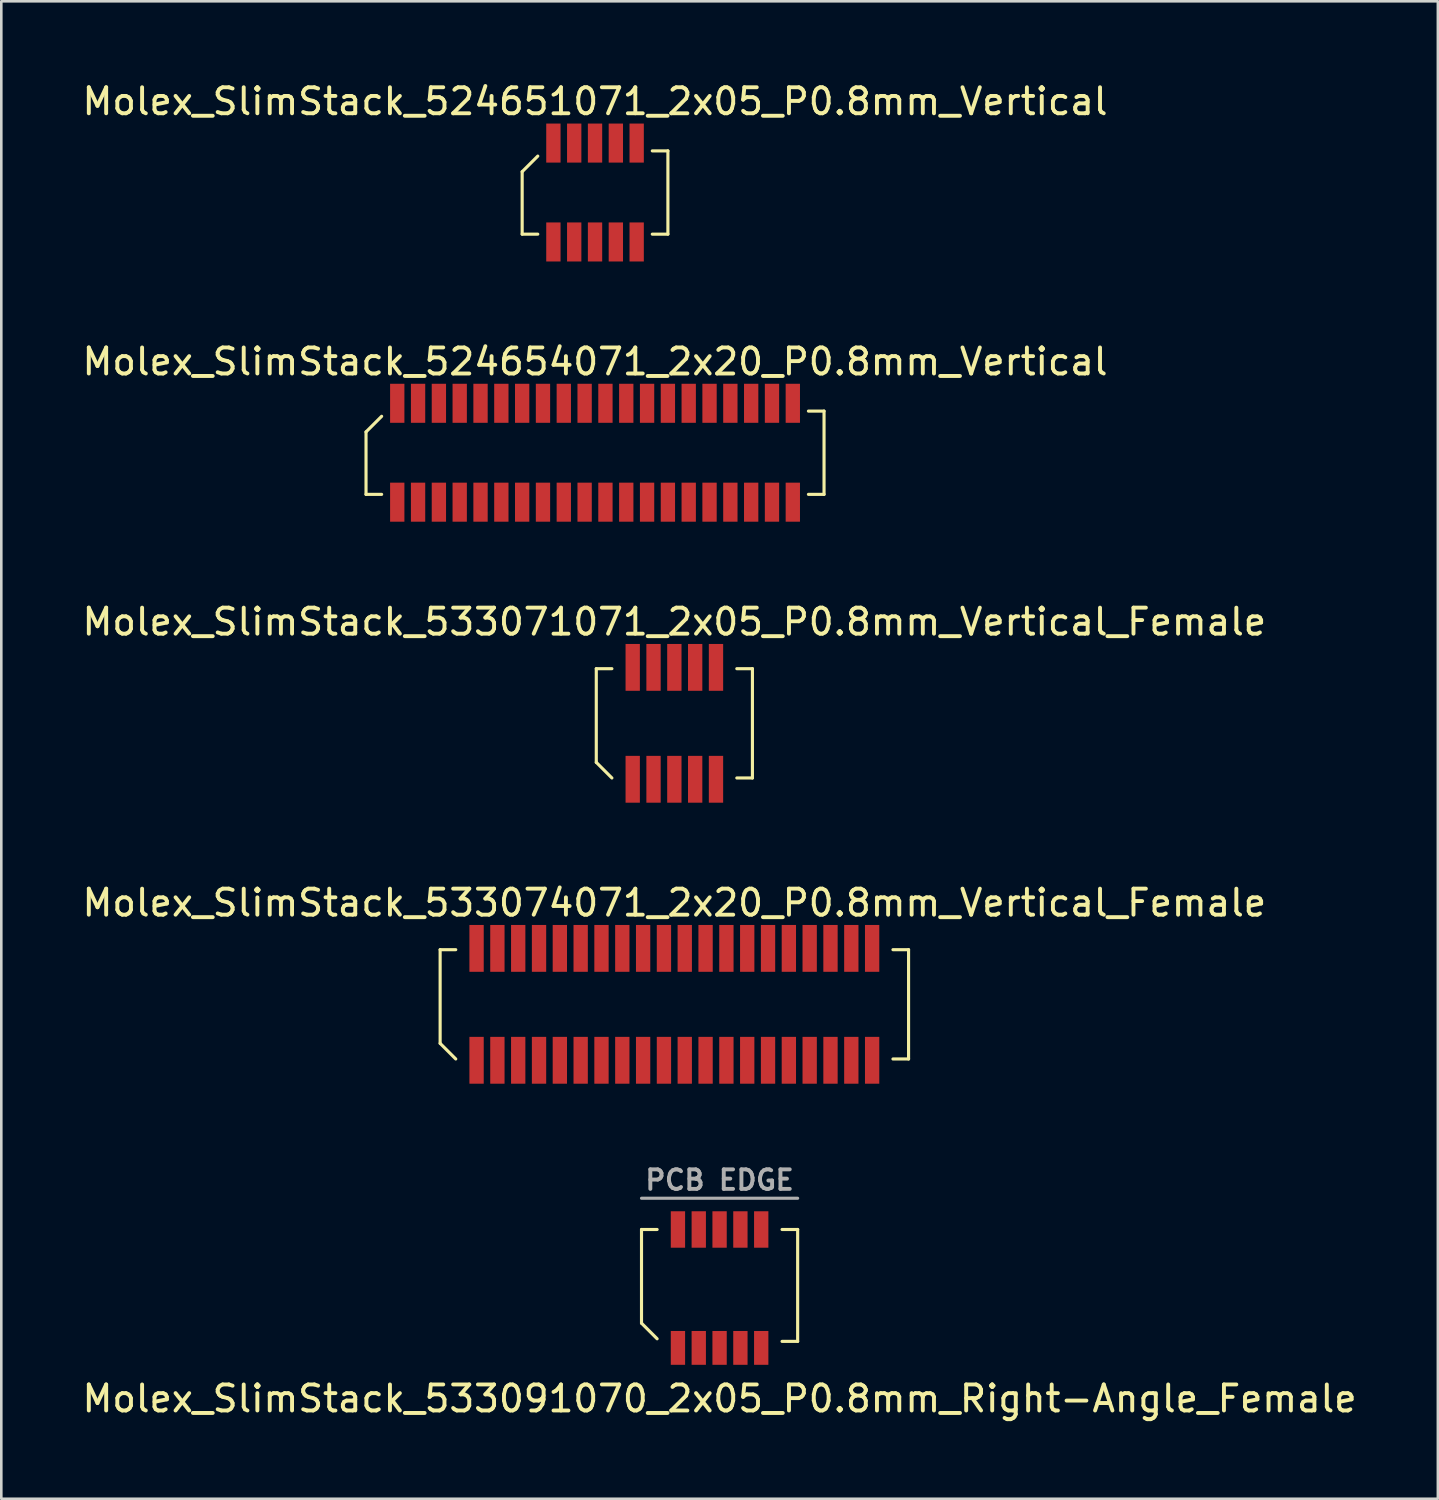
<source format=kicad_pcb>
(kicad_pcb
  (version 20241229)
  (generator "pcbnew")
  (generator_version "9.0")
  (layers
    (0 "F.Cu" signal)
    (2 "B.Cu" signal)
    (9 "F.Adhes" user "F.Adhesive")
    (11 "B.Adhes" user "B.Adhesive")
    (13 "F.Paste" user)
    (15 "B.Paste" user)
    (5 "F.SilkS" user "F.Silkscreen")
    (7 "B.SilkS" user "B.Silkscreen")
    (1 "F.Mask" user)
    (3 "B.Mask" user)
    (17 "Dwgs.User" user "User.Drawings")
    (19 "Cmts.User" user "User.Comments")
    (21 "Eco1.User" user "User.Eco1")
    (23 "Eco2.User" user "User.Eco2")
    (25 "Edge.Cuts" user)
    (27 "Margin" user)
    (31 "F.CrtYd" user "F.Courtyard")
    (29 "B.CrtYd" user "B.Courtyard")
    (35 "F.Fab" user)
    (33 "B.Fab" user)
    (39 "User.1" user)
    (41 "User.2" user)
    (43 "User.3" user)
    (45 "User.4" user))
  (footprint "Molex_SlimStack_533074071_2x20_P0.8mm_Vertical_Female"
    (layer "F.Cu")
    (at 22.863 35.543)
    (property "Reference" "Molex_SlimStack_533074071_2x20_P0.8mm_Vertical_Female" (at 0 -3.9 0) (layer "F.SilkS") (effects (font (size 1 1) (thickness 0.15))))
    (attr through_hole)
    (fp_line (start -9 -2.1) (end -8.4 -2.1) (stroke (width 0.12) (type solid)) (layer "F.SilkS"))
    (fp_line (start -9 1.5) (end -9 -2.1) (stroke (width 0.12) (type solid)) (layer "F.SilkS"))
    (fp_line (start -8.4 2.1) (end -9 1.5) (stroke (width 0.12) (type solid)) (layer "F.SilkS"))
    (fp_line (start 9 -2.1) (end 8.4 -2.1) (stroke (width 0.12) (type solid)) (layer "F.SilkS"))
    (fp_line (start 9 -2.1) (end 9 2.1) (stroke (width 0.12) (type solid)) (layer "F.SilkS"))
    (fp_line (start 9 2.1) (end 8.4 2.1) (stroke (width 0.12) (type solid)) (layer "F.SilkS"))
    (pad "1" smd rect (at -7.6 2.15 180) (size 0.55 1.8) (layers "F.Cu" "F.Mask" "F.Paste"))
    (pad "2" smd rect (at -7.6 -2.15 180) (size 0.55 1.8) (layers "F.Cu" "F.Mask" "F.Paste"))
    (pad "3" smd rect (at -6.8 2.15 180) (size 0.55 1.8) (layers "F.Cu" "F.Mask" "F.Paste"))
    (pad "4" smd rect (at -6.8 -2.15 180) (size 0.55 1.8) (layers "F.Cu" "F.Mask" "F.Paste"))
    (pad "5" smd rect (at -6 2.15 180) (size 0.55 1.8) (layers "F.Cu" "F.Mask" "F.Paste"))
    (pad "6" smd rect (at -6 -2.15 180) (size 0.55 1.8) (layers "F.Cu" "F.Mask" "F.Paste"))
    (pad "7" smd rect (at -5.2 2.15 180) (size 0.55 1.8) (layers "F.Cu" "F.Mask" "F.Paste"))
    (pad "8" smd rect (at -5.2 -2.15 180) (size 0.55 1.8) (layers "F.Cu" "F.Mask" "F.Paste"))
    (pad "9" smd rect (at -4.4 2.15 180) (size 0.55 1.8) (layers "F.Cu" "F.Mask" "F.Paste"))
    (pad "10" smd rect (at -4.4 -2.15 180) (size 0.55 1.8) (layers "F.Cu" "F.Mask" "F.Paste"))
    (pad "11" smd rect (at -3.6 2.15 180) (size 0.55 1.8) (layers "F.Cu" "F.Mask" "F.Paste"))
    (pad "12" smd rect (at -3.6 -2.15 180) (size 0.55 1.8) (layers "F.Cu" "F.Mask" "F.Paste"))
    (pad "13" smd rect (at -2.8 2.15 180) (size 0.55 1.8) (layers "F.Cu" "F.Mask" "F.Paste"))
    (pad "14" smd rect (at -2.8 -2.15 180) (size 0.55 1.8) (layers "F.Cu" "F.Mask" "F.Paste"))
    (pad "15" smd rect (at -2 2.15 180) (size 0.55 1.8) (layers "F.Cu" "F.Mask" "F.Paste"))
    (pad "16" smd rect (at -2 -2.15 180) (size 0.55 1.8) (layers "F.Cu" "F.Mask" "F.Paste"))
    (pad "17" smd rect (at -1.2 2.15 180) (size 0.55 1.8) (layers "F.Cu" "F.Mask" "F.Paste"))
    (pad "18" smd rect (at -1.2 -2.15 180) (size 0.55 1.8) (layers "F.Cu" "F.Mask" "F.Paste"))
    (pad "19" smd rect (at -0.4 2.15 180) (size 0.55 1.8) (layers "F.Cu" "F.Mask" "F.Paste"))
    (pad "20" smd rect (at -0.4 -2.15 180) (size 0.55 1.8) (layers "F.Cu" "F.Mask" "F.Paste"))
    (pad "21" smd rect (at 0.4 2.15 180) (size 0.55 1.8) (layers "F.Cu" "F.Mask" "F.Paste"))
    (pad "22" smd rect (at 0.4 -2.15 180) (size 0.55 1.8) (layers "F.Cu" "F.Mask" "F.Paste"))
    (pad "23" smd rect (at 1.2 2.15 180) (size 0.55 1.8) (layers "F.Cu" "F.Mask" "F.Paste"))
    (pad "24" smd rect (at 1.2 -2.15 180) (size 0.55 1.8) (layers "F.Cu" "F.Mask" "F.Paste"))
    (pad "25" smd rect (at 2 2.15 180) (size 0.55 1.8) (layers "F.Cu" "F.Mask" "F.Paste"))
    (pad "26" smd rect (at 2 -2.15 180) (size 0.55 1.8) (layers "F.Cu" "F.Mask" "F.Paste"))
    (pad "27" smd rect (at 2.8 2.15 180) (size 0.55 1.8) (layers "F.Cu" "F.Mask" "F.Paste"))
    (pad "28" smd rect (at 2.8 -2.15 180) (size 0.55 1.8) (layers "F.Cu" "F.Mask" "F.Paste"))
    (pad "29" smd rect (at 3.6 2.15 180) (size 0.55 1.8) (layers "F.Cu" "F.Mask" "F.Paste"))
    (pad "30" smd rect (at 3.6 -2.15 180) (size 0.55 1.8) (layers "F.Cu" "F.Mask" "F.Paste"))
    (pad "31" smd rect (at 4.4 2.15 180) (size 0.55 1.8) (layers "F.Cu" "F.Mask" "F.Paste"))
    (pad "32" smd rect (at 4.4 -2.15 180) (size 0.55 1.8) (layers "F.Cu" "F.Mask" "F.Paste"))
    (pad "33" smd rect (at 5.2 2.15 180) (size 0.55 1.8) (layers "F.Cu" "F.Mask" "F.Paste"))
    (pad "34" smd rect (at 5.2 -2.15 180) (size 0.55 1.8) (layers "F.Cu" "F.Mask" "F.Paste"))
    (pad "35" smd rect (at 6 2.15 180) (size 0.55 1.8) (layers "F.Cu" "F.Mask" "F.Paste"))
    (pad "36" smd rect (at 6 -2.15 180) (size 0.55 1.8) (layers "F.Cu" "F.Mask" "F.Paste"))
    (pad "37" smd rect (at 6.8 2.15 180) (size 0.55 1.8) (layers "F.Cu" "F.Mask" "F.Paste"))
    (pad "38" smd rect (at 6.8 -2.15 180) (size 0.55 1.8) (layers "F.Cu" "F.Mask" "F.Paste"))
    (pad "39" smd rect (at 7.6 2.15 180) (size 0.55 1.8) (layers "F.Cu" "F.Mask" "F.Paste"))
    (pad "40" smd rect (at 7.6 -2.15 180) (size 0.55 1.8) (layers "F.Cu" "F.Mask" "F.Paste")))
  (footprint "Molex_SlimStack_533071071_2x05_P0.8mm_Vertical_Female"
    (layer "F.Cu")
    (at 22.863 24.745)
    (property "Reference" "Molex_SlimStack_533071071_2x05_P0.8mm_Vertical_Female" (at 0 -3.9 0) (layer "F.SilkS") (effects (font (size 1 1) (thickness 0.15))))
    (attr through_hole)
    (fp_line (start -3 1.5) (end -3 -2.1) (stroke (width 0.12) (type solid)) (layer "F.SilkS"))
    (fp_line (start -2.4 -2.1) (end -3 -2.1) (stroke (width 0.12) (type solid)) (layer "F.SilkS"))
    (fp_line (start -2.4 2.1) (end -3 1.5) (stroke (width 0.12) (type solid)) (layer "F.SilkS"))
    (fp_line (start 2.4 -2.1) (end 3 -2.1) (stroke (width 0.12) (type solid)) (layer "F.SilkS"))
    (fp_line (start 2.4 2.1) (end 3 2.1) (stroke (width 0.12) (type solid)) (layer "F.SilkS"))
    (fp_line (start 3 -2.1) (end 3 2.1) (stroke (width 0.12) (type solid)) (layer "F.SilkS"))
    (pad "1" smd rect (at -1.6 2.15 180) (size 0.55 1.8) (layers "F.Cu" "F.Mask" "F.Paste"))
    (pad "2" smd rect (at -1.6 -2.15 180) (size 0.55 1.8) (layers "F.Cu" "F.Mask" "F.Paste"))
    (pad "3" smd rect (at -0.8 2.15 180) (size 0.55 1.8) (layers "F.Cu" "F.Mask" "F.Paste"))
    (pad "4" smd rect (at -0.8 -2.15 180) (size 0.55 1.8) (layers "F.Cu" "F.Mask" "F.Paste"))
    (pad "5" smd rect (at 0 2.15 180) (size 0.55 1.8) (layers "F.Cu" "F.Mask" "F.Paste"))
    (pad "6" smd rect (at 0 -2.15 180) (size 0.55 1.8) (layers "F.Cu" "F.Mask" "F.Paste"))
    (pad "7" smd rect (at 0.8 2.15 180) (size 0.55 1.8) (layers "F.Cu" "F.Mask" "F.Paste"))
    (pad "8" smd rect (at 0.8 -2.15 180) (size 0.55 1.8) (layers "F.Cu" "F.Mask" "F.Paste"))
    (pad "9" smd rect (at 1.6 2.15 180) (size 0.55 1.8) (layers "F.Cu" "F.Mask" "F.Paste"))
    (pad "10" smd rect (at 1.6 -2.15 180) (size 0.55 1.8) (layers "F.Cu" "F.Mask" "F.Paste")))
  (footprint "Molex_SlimStack_533091070_2x05_P0.8mm_Right-Angle_Female"
    (layer "F.Cu")
    (at 24.601 46.595)
    (property "Reference" "Molex_SlimStack_533091070_2x05_P0.8mm_Right-Angle_Female" (at 0 4.1 0) (layer "F.SilkS") (effects (font (size 1 1) (thickness 0.15))))
    (attr through_hole)
    (fp_line (start -3 1.2) (end -3 -2.4) (stroke (width 0.12) (type solid)) (layer "F.SilkS"))
    (fp_line (start -2.4 -2.4) (end -3 -2.4) (stroke (width 0.12) (type solid)) (layer "F.SilkS"))
    (fp_line (start -2.4 1.8) (end -3 1.2) (stroke (width 0.12) (type solid)) (layer "F.SilkS"))
    (fp_line (start 2.4 -2.4) (end 3 -2.4) (stroke (width 0.12) (type solid)) (layer "F.SilkS"))
    (fp_line (start 2.4 1.9) (end 3 1.9) (stroke (width 0.12) (type solid)) (layer "F.SilkS"))
    (fp_line (start 3 -2.4) (end 3 1.9) (stroke (width 0.12) (type solid)) (layer "F.SilkS"))
    (fp_line (start 3 -3.6) (end -3 -3.6) (stroke (width 0.12) (type solid)) (layer "F.Fab"))
    (fp_text user "PCB EDGE" (at 0 -4.3 0) (layer "F.Fab") (effects (font (size 0.75 0.75) (thickness 0.15))))
    (pad "1" smd rect (at -1.6 2.15 180) (size 0.55 1.3) (layers "F.Cu" "F.Mask" "F.Paste"))
    (pad "2" smd rect (at -1.6 -2.4 180) (size 0.55 1.4) (layers "F.Cu" "F.Mask" "F.Paste"))
    (pad "3" smd rect (at -0.8 2.15 180) (size 0.55 1.3) (layers "F.Cu" "F.Mask" "F.Paste"))
    (pad "4" smd rect (at -0.8 -2.4 180) (size 0.55 1.4) (layers "F.Cu" "F.Mask" "F.Paste"))
    (pad "5" smd rect (at 0 2.15 180) (size 0.55 1.3) (layers "F.Cu" "F.Mask" "F.Paste"))
    (pad "6" smd rect (at 0 -2.4 180) (size 0.55 1.4) (layers "F.Cu" "F.Mask" "F.Paste"))
    (pad "7" smd rect (at 0.8 2.15 180) (size 0.55 1.3) (layers "F.Cu" "F.Mask" "F.Paste"))
    (pad "8" smd rect (at 0.8 -2.4 180) (size 0.55 1.4) (layers "F.Cu" "F.Mask" "F.Paste"))
    (pad "9" smd rect (at 1.6 2.15 180) (size 0.55 1.3) (layers "F.Cu" "F.Mask" "F.Paste"))
    (pad "10" smd rect (at 1.6 -2.4 180) (size 0.55 1.4) (layers "F.Cu" "F.Mask" "F.Paste")))
  (footprint "Molex_SlimStack_524651071_2x05_P0.8mm_Vertical"
    (layer "F.Cu")
    (at 19.815 4.348)
    (property "Reference" "Molex_SlimStack_524651071_2x05_P0.8mm_Vertical" (at 0 -3.5 0) (layer "F.SilkS") (effects (font (size 1 1) (thickness 0.15))))
    (attr smd)
    (fp_line (start -2.8 -0.8) (end -2.8 1.6) (stroke (width 0.12) (type solid)) (layer "F.SilkS"))
    (fp_line (start -2.8 1.6) (end -2.2 1.6) (stroke (width 0.12) (type solid)) (layer "F.SilkS"))
    (fp_line (start -2.2 -1.4) (end -2.8 -0.8) (stroke (width 0.12) (type solid)) (layer "F.SilkS"))
    (fp_line (start 2.8 -1.6) (end 2.2 -1.6) (stroke (width 0.12) (type solid)) (layer "F.SilkS"))
    (fp_line (start 2.8 -1.6) (end 2.8 1.6) (stroke (width 0.12) (type solid)) (layer "F.SilkS"))
    (fp_line (start 2.8 1.6) (end 2.2 1.6) (stroke (width 0.12) (type solid)) (layer "F.SilkS"))
    (pad "1" smd rect (at -1.6 -1.9) (size 0.55 1.5) (layers "F.Cu" "F.Mask" "F.Paste"))
    (pad "2" smd rect (at -1.6 1.9) (size 0.55 1.5) (layers "F.Cu" "F.Mask" "F.Paste"))
    (pad "3" smd rect (at -0.8 -1.9) (size 0.55 1.5) (layers "F.Cu" "F.Mask" "F.Paste"))
    (pad "4" smd rect (at -0.8 1.9) (size 0.55 1.5) (layers "F.Cu" "F.Mask" "F.Paste"))
    (pad "5" smd rect (at 0 -1.9) (size 0.55 1.5) (layers "F.Cu" "F.Mask" "F.Paste"))
    (pad "6" smd rect (at 0 1.9) (size 0.55 1.5) (layers "F.Cu" "F.Mask" "F.Paste"))
    (pad "7" smd rect (at 0.8 -1.9) (size 0.55 1.5) (layers "F.Cu" "F.Mask" "F.Paste"))
    (pad "8" smd rect (at 0.8 1.9) (size 0.55 1.5) (layers "F.Cu" "F.Mask" "F.Paste"))
    (pad "9" smd rect (at 1.6 -1.9) (size 0.55 1.5) (layers "F.Cu" "F.Mask" "F.Paste"))
    (pad "10" smd rect (at 1.6 1.9) (size 0.55 1.5) (layers "F.Cu" "F.Mask" "F.Paste")))
  (footprint "Molex_SlimStack_524654071_2x20_P0.8mm_Vertical"
    (layer "F.Cu")
    (at 19.815 14.347)
    (property "Reference" "Molex_SlimStack_524654071_2x20_P0.8mm_Vertical" (at 0 -3.5 0) (layer "F.SilkS") (effects (font (size 1 1) (thickness 0.15))))
    (attr through_hole)
    (fp_line (start -8.8 -0.8) (end -8.8 1.6) (stroke (width 0.12) (type solid)) (layer "F.SilkS"))
    (fp_line (start -8.8 1.6) (end -8.2 1.6) (stroke (width 0.12) (type solid)) (layer "F.SilkS"))
    (fp_line (start -8.2 -1.4) (end -8.8 -0.8) (stroke (width 0.12) (type solid)) (layer "F.SilkS"))
    (fp_line (start 8.8 -1.6) (end 8.2 -1.6) (stroke (width 0.12) (type solid)) (layer "F.SilkS"))
    (fp_line (start 8.8 -1.6) (end 8.8 1.6) (stroke (width 0.12) (type solid)) (layer "F.SilkS"))
    (fp_line (start 8.8 1.6) (end 8.2 1.6) (stroke (width 0.12) (type solid)) (layer "F.SilkS"))
    (pad "1" smd rect (at -7.6 -1.9) (size 0.55 1.5) (layers "F.Cu" "F.Mask" "F.Paste"))
    (pad "2" smd rect (at -7.6 1.9) (size 0.55 1.5) (layers "F.Cu" "F.Mask" "F.Paste"))
    (pad "3" smd rect (at -6.8 -1.9) (size 0.55 1.5) (layers "F.Cu" "F.Mask" "F.Paste"))
    (pad "4" smd rect (at -6.8 1.9) (size 0.55 1.5) (layers "F.Cu" "F.Mask" "F.Paste"))
    (pad "5" smd rect (at -6 -1.9) (size 0.55 1.5) (layers "F.Cu" "F.Mask" "F.Paste"))
    (pad "6" smd rect (at -6 1.9) (size 0.55 1.5) (layers "F.Cu" "F.Mask" "F.Paste"))
    (pad "7" smd rect (at -5.2 -1.9) (size 0.55 1.5) (layers "F.Cu" "F.Mask" "F.Paste"))
    (pad "8" smd rect (at -5.2 1.9) (size 0.55 1.5) (layers "F.Cu" "F.Mask" "F.Paste"))
    (pad "9" smd rect (at -4.4 -1.9) (size 0.55 1.5) (layers "F.Cu" "F.Mask" "F.Paste"))
    (pad "10" smd rect (at -4.4 1.9) (size 0.55 1.5) (layers "F.Cu" "F.Mask" "F.Paste"))
    (pad "11" smd rect (at -3.6 -1.9) (size 0.55 1.5) (layers "F.Cu" "F.Mask" "F.Paste"))
    (pad "12" smd rect (at -3.6 1.9) (size 0.55 1.5) (layers "F.Cu" "F.Mask" "F.Paste"))
    (pad "13" smd rect (at -2.8 -1.9) (size 0.55 1.5) (layers "F.Cu" "F.Mask" "F.Paste"))
    (pad "14" smd rect (at -2.8 1.9) (size 0.55 1.5) (layers "F.Cu" "F.Mask" "F.Paste"))
    (pad "15" smd rect (at -2 -1.9) (size 0.55 1.5) (layers "F.Cu" "F.Mask" "F.Paste"))
    (pad "16" smd rect (at -2 1.9) (size 0.55 1.5) (layers "F.Cu" "F.Mask" "F.Paste"))
    (pad "17" smd rect (at -1.2 -1.9) (size 0.55 1.5) (layers "F.Cu" "F.Mask" "F.Paste"))
    (pad "18" smd rect (at -1.2 1.9) (size 0.55 1.5) (layers "F.Cu" "F.Mask" "F.Paste"))
    (pad "19" smd rect (at -0.4 -1.9) (size 0.55 1.5) (layers "F.Cu" "F.Mask" "F.Paste"))
    (pad "20" smd rect (at -0.4 1.9) (size 0.55 1.5) (layers "F.Cu" "F.Mask" "F.Paste"))
    (pad "21" smd rect (at 0.4 -1.9) (size 0.55 1.5) (layers "F.Cu" "F.Mask" "F.Paste"))
    (pad "22" smd rect (at 0.4 1.9) (size 0.55 1.5) (layers "F.Cu" "F.Mask" "F.Paste"))
    (pad "23" smd rect (at 1.2 -1.9) (size 0.55 1.5) (layers "F.Cu" "F.Mask" "F.Paste"))
    (pad "24" smd rect (at 1.2 1.9) (size 0.55 1.5) (layers "F.Cu" "F.Mask" "F.Paste"))
    (pad "25" smd rect (at 2 -1.9) (size 0.55 1.5) (layers "F.Cu" "F.Mask" "F.Paste"))
    (pad "26" smd rect (at 2 1.9) (size 0.55 1.5) (layers "F.Cu" "F.Mask" "F.Paste"))
    (pad "27" smd rect (at 2.8 -1.9) (size 0.55 1.5) (layers "F.Cu" "F.Mask" "F.Paste"))
    (pad "28" smd rect (at 2.8 1.9) (size 0.55 1.5) (layers "F.Cu" "F.Mask" "F.Paste"))
    (pad "29" smd rect (at 3.6 -1.9) (size 0.55 1.5) (layers "F.Cu" "F.Mask" "F.Paste"))
    (pad "30" smd rect (at 3.6 1.9) (size 0.55 1.5) (layers "F.Cu" "F.Mask" "F.Paste"))
    (pad "31" smd rect (at 4.4 -1.9) (size 0.55 1.5) (layers "F.Cu" "F.Mask" "F.Paste"))
    (pad "32" smd rect (at 4.4 1.9) (size 0.55 1.5) (layers "F.Cu" "F.Mask" "F.Paste"))
    (pad "33" smd rect (at 5.2 -1.9) (size 0.55 1.5) (layers "F.Cu" "F.Mask" "F.Paste"))
    (pad "34" smd rect (at 5.2 1.9) (size 0.55 1.5) (layers "F.Cu" "F.Mask" "F.Paste"))
    (pad "35" smd rect (at 6 -1.9) (size 0.55 1.5) (layers "F.Cu" "F.Mask" "F.Paste"))
    (pad "36" smd rect (at 6 1.9) (size 0.55 1.5) (layers "F.Cu" "F.Mask" "F.Paste"))
    (pad "37" smd rect (at 6.8 -1.9) (size 0.55 1.5) (layers "F.Cu" "F.Mask" "F.Paste"))
    (pad "38" smd rect (at 6.8 1.9) (size 0.55 1.5) (layers "F.Cu" "F.Mask" "F.Paste"))
    (pad "39" smd rect (at 7.6 -1.9) (size 0.55 1.5) (layers "F.Cu" "F.Mask" "F.Paste"))
    (pad "40" smd rect (at 7.6 1.9) (size 0.55 1.5) (layers "F.Cu" "F.Mask" "F.Paste")))
  (gr_rect
    (start -3 -3)
    (end 52.202 54.543)
    (stroke (width 0.1) (type default))
    (fill no)
    (layer "Edge.Cuts")))
</source>
